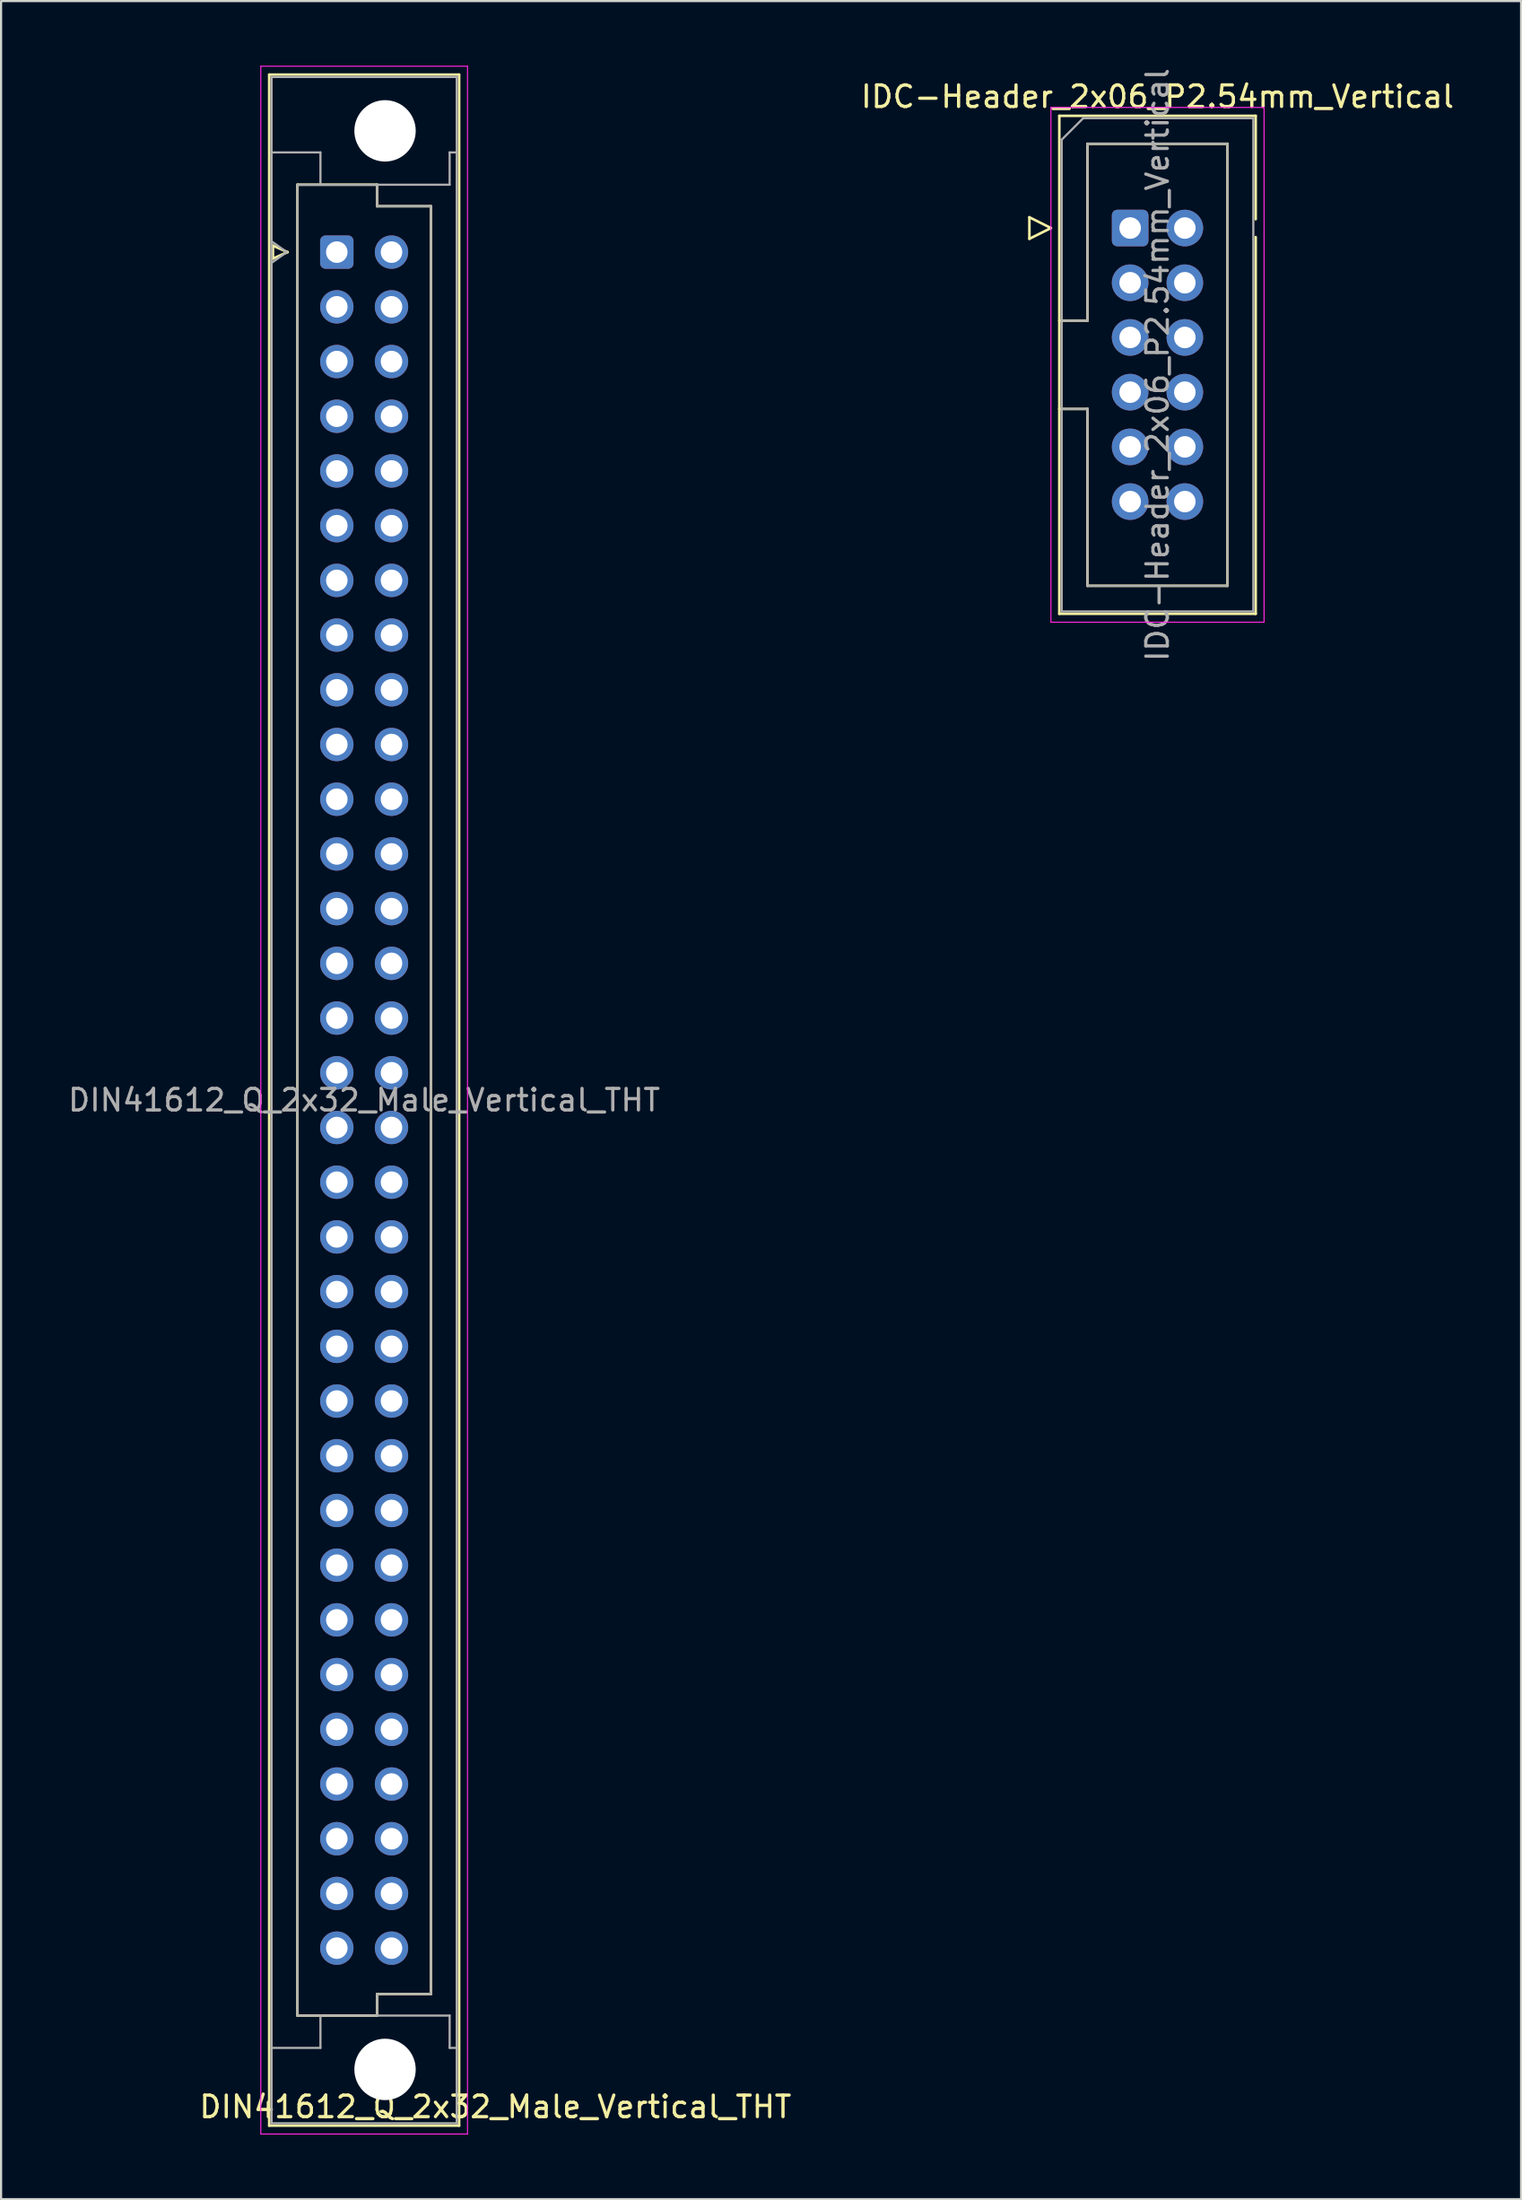
<source format=kicad_pcb>
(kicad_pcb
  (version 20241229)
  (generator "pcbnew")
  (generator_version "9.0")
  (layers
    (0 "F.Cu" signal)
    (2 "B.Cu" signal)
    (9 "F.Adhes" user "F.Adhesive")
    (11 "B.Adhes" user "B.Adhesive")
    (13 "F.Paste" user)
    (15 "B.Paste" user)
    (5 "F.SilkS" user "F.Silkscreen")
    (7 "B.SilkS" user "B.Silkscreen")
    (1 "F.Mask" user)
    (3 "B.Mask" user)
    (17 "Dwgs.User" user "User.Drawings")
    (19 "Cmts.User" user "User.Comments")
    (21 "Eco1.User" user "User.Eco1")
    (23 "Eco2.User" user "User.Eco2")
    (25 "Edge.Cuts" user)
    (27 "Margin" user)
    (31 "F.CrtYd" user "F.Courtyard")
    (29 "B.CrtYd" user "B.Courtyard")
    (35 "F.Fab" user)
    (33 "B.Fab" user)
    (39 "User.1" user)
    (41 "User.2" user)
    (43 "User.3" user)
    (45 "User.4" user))
  (footprint "IDC-Header_2x06_P2.54mm_Vertical"
    (layer "F.Cu")
    (at 49.439 7.537)
    (property "Reference" "IDC-Header_2x06_P2.54mm_Vertical" (at 1.27 -6.1 0) (layer "F.SilkS") (effects (font (size 1 1) (thickness 0.15))))
    (attr through_hole)
    (fp_line (start -4.68 -0.5) (end -4.68 0.5) (stroke (width 0.12) (type solid)) (layer "F.SilkS"))
    (fp_line (start -4.68 0.5) (end -3.68 0) (stroke (width 0.12) (type solid)) (layer "F.SilkS"))
    (fp_line (start -3.68 0) (end -4.68 -0.5) (stroke (width 0.12) (type solid)) (layer "F.SilkS"))
    (fp_line (start -3.29 -5.21) (end 5.83 -5.21) (stroke (width 0.12) (type solid)) (layer "F.SilkS"))
    (fp_line (start -3.29 4.3) (end -1.98 4.3) (stroke (width 0.12) (type solid)) (layer "F.SilkS"))
    (fp_line (start -3.29 17.91) (end -3.29 -5.21) (stroke (width 0.12) (type solid)) (layer "F.SilkS"))
    (fp_line (start -1.98 -3.91) (end 4.52 -3.91) (stroke (width 0.12) (type solid)) (layer "F.SilkS"))
    (fp_line (start -1.98 4.3) (end -1.98 -3.91) (stroke (width 0.12) (type solid)) (layer "F.SilkS"))
    (fp_line (start -1.98 8.4) (end -3.29 8.4) (stroke (width 0.12) (type solid)) (layer "F.SilkS"))
    (fp_line (start -1.98 8.4) (end -1.98 8.4) (stroke (width 0.12) (type solid)) (layer "F.SilkS"))
    (fp_line (start -1.98 16.61) (end -1.98 8.4) (stroke (width 0.12) (type solid)) (layer "F.SilkS"))
    (fp_line (start 4.52 -3.91) (end 4.52 16.61) (stroke (width 0.12) (type solid)) (layer "F.SilkS"))
    (fp_line (start 4.52 16.61) (end -1.98 16.61) (stroke (width 0.12) (type solid)) (layer "F.SilkS"))
    (fp_line (start 5.83 -5.21) (end 5.83 -0.41) (stroke (width 0.12) (type solid)) (layer "F.SilkS"))
    (fp_line (start 5.83 0.42) (end 5.83 17.91) (stroke (width 0.12) (type solid)) (layer "F.SilkS"))
    (fp_line (start 5.83 17.91) (end -3.29 17.91) (stroke (width 0.12) (type solid)) (layer "F.SilkS"))
    (fp_line (start -3.68 -5.6) (end -3.68 18.3) (stroke (width 0.05) (type solid)) (layer "F.CrtYd"))
    (fp_line (start -3.68 18.3) (end 6.22 18.3) (stroke (width 0.05) (type solid)) (layer "F.CrtYd"))
    (fp_line (start 6.22 -5.6) (end -3.68 -5.6) (stroke (width 0.05) (type solid)) (layer "F.CrtYd"))
    (fp_line (start 6.22 18.3) (end 6.22 -5.6) (stroke (width 0.05) (type solid)) (layer "F.CrtYd"))
    (fp_line (start -3.18 -4.1) (end -2.18 -5.1) (stroke (width 0.1) (type solid)) (layer "F.Fab"))
    (fp_line (start -3.18 4.3) (end -1.98 4.3) (stroke (width 0.1) (type solid)) (layer "F.Fab"))
    (fp_line (start -3.18 17.8) (end -3.18 -4.1) (stroke (width 0.1) (type solid)) (layer "F.Fab"))
    (fp_line (start -2.18 -5.1) (end 5.72 -5.1) (stroke (width 0.1) (type solid)) (layer "F.Fab"))
    (fp_line (start -1.98 -3.91) (end 4.52 -3.91) (stroke (width 0.1) (type solid)) (layer "F.Fab"))
    (fp_line (start -1.98 4.3) (end -1.98 -3.91) (stroke (width 0.1) (type solid)) (layer "F.Fab"))
    (fp_line (start -1.98 8.4) (end -3.18 8.4) (stroke (width 0.1) (type solid)) (layer "F.Fab"))
    (fp_line (start -1.98 8.4) (end -1.98 8.4) (stroke (width 0.1) (type solid)) (layer "F.Fab"))
    (fp_line (start -1.98 16.61) (end -1.98 8.4) (stroke (width 0.1) (type solid)) (layer "F.Fab"))
    (fp_line (start 4.52 -3.91) (end 4.52 16.61) (stroke (width 0.1) (type solid)) (layer "F.Fab"))
    (fp_line (start 4.52 16.61) (end -1.98 16.61) (stroke (width 0.1) (type solid)) (layer "F.Fab"))
    (fp_line (start 5.72 -5.1) (end 5.72 17.8) (stroke (width 0.1) (type solid)) (layer "F.Fab"))
    (fp_line (start 5.72 17.8) (end -3.18 17.8) (stroke (width 0.1) (type solid)) (layer "F.Fab"))
    (fp_text user "${REFERENCE}" (at 1.27 6.35 90) (layer "F.Fab") (effects (font (size 1 1) (thickness 0.15))))
    (pad "1" thru_hole roundrect (at 0 0) (size 1.7 1.7) (drill 1) (layers "*.Cu" "*.Mask") (roundrect_rratio 0.147))
    (pad "2" thru_hole circle (at 2.54 0) (size 1.7 1.7) (drill 1) (layers "*.Cu" "*.Mask"))
    (pad "3" thru_hole circle (at 0 2.54) (size 1.7 1.7) (drill 1) (layers "*.Cu" "*.Mask"))
    (pad "4" thru_hole circle (at 2.54 2.54) (size 1.7 1.7) (drill 1) (layers "*.Cu" "*.Mask"))
    (pad "5" thru_hole circle (at 0 5.08) (size 1.7 1.7) (drill 1) (layers "*.Cu" "*.Mask"))
    (pad "6" thru_hole circle (at 2.54 5.08) (size 1.7 1.7) (drill 1) (layers "*.Cu" "*.Mask"))
    (pad "7" thru_hole circle (at 0 7.62) (size 1.7 1.7) (drill 1) (layers "*.Cu" "*.Mask"))
    (pad "8" thru_hole circle (at 2.54 7.62) (size 1.7 1.7) (drill 1) (layers "*.Cu" "*.Mask"))
    (pad "9" thru_hole circle (at 0 10.16) (size 1.7 1.7) (drill 1) (layers "*.Cu" "*.Mask"))
    (pad "10" thru_hole circle (at 2.54 10.16) (size 1.7 1.7) (drill 1) (layers "*.Cu" "*.Mask"))
    (pad "11" thru_hole circle (at 0 12.7) (size 1.7 1.7) (drill 1) (layers "*.Cu" "*.Mask"))
    (pad "12" thru_hole circle (at 2.54 12.7) (size 1.7 1.7) (drill 1) (layers "*.Cu" "*.Mask")))
  (footprint "DIN41612_Q_2x32_Male_Vertical_THT"
    (layer "F.Cu")
    (at 12.593 8.655)
    (property "Reference" "DIN41612_Q_2x32_Male_Vertical_THT" (at 7.366 86.106 180) (layer "F.SilkS") (effects (font (size 1 1) (thickness 0.15))))
    (attr through_hole)
    (fp_line (start -3.14 -8.24) (end 5.68 -8.24) (stroke (width 0.12) (type solid)) (layer "F.SilkS"))
    (fp_line (start -3.14 86.98) (end -3.14 -8.24) (stroke (width 0.12) (type solid)) (layer "F.SilkS"))
    (fp_line (start -2.966 -0.3) (end -2.966 0.3) (stroke (width 0.12) (type solid)) (layer "F.SilkS"))
    (fp_line (start -2.966 0.3) (end -2.286 0) (stroke (width 0.12) (type solid)) (layer "F.SilkS"))
    (fp_line (start -2.286 0) (end -2.966 -0.3) (stroke (width 0.12) (type solid)) (layer "F.SilkS"))
    (fp_line (start -1.83 -3.131) (end 1.87 -3.131) (stroke (width 0.12) (type solid)) (layer "F.SilkS"))
    (fp_line (start -1.83 81.87) (end -1.83 -3.131) (stroke (width 0.12) (type solid)) (layer "F.SilkS"))
    (fp_line (start 1.87 -3.131) (end 1.87 -2.131) (stroke (width 0.12) (type solid)) (layer "F.SilkS"))
    (fp_line (start 1.87 -2.131) (end 4.37 -2.131) (stroke (width 0.12) (type solid)) (layer "F.SilkS"))
    (fp_line (start 1.87 80.87) (end 1.87 81.87) (stroke (width 0.12) (type solid)) (layer "F.SilkS"))
    (fp_line (start 1.87 81.87) (end -1.83 81.87) (stroke (width 0.12) (type solid)) (layer "F.SilkS"))
    (fp_line (start 4.37 -2.131) (end 4.37 80.87) (stroke (width 0.12) (type solid)) (layer "F.SilkS"))
    (fp_line (start 4.37 80.87) (end 1.87 80.87) (stroke (width 0.12) (type solid)) (layer "F.SilkS"))
    (fp_line (start 5.68 -8.24) (end 5.68 86.98) (stroke (width 0.12) (type solid)) (layer "F.SilkS"))
    (fp_line (start 5.68 86.98) (end -3.14 86.98) (stroke (width 0.12) (type solid)) (layer "F.SilkS"))
    (fp_line (start -3.53 -8.63) (end 6.07 -8.63) (stroke (width 0.05) (type solid)) (layer "F.CrtYd"))
    (fp_line (start -3.53 87.37) (end -3.53 -8.63) (stroke (width 0.05) (type solid)) (layer "F.CrtYd"))
    (fp_line (start 6.07 -8.63) (end 6.07 87.37) (stroke (width 0.05) (type solid)) (layer "F.CrtYd"))
    (fp_line (start 6.07 87.37) (end -3.53 87.37) (stroke (width 0.05) (type solid)) (layer "F.CrtYd"))
    (fp_line (start -3.03 -8.13) (end 5.57 -8.13) (stroke (width 0.1) (type solid)) (layer "F.Fab"))
    (fp_line (start -3.03 -4.63) (end -0.76 -4.63) (stroke (width 0.1) (type solid)) (layer "F.Fab"))
    (fp_line (start -3.03 -0.5) (end -2.33 0) (stroke (width 0.1) (type solid)) (layer "F.Fab"))
    (fp_line (start -3.03 83.37) (end -0.76 83.37) (stroke (width 0.1) (type solid)) (layer "F.Fab"))
    (fp_line (start -3.03 86.87) (end -3.03 -8.13) (stroke (width 0.1) (type solid)) (layer "F.Fab"))
    (fp_line (start -2.33 0) (end -3.03 0.5) (stroke (width 0.1) (type solid)) (layer "F.Fab"))
    (fp_line (start -1.83 -3.13) (end 1.87 -3.13) (stroke (width 0.1) (type solid)) (layer "F.Fab"))
    (fp_line (start -1.83 81.87) (end -1.83 -3.13) (stroke (width 0.1) (type solid)) (layer "F.Fab"))
    (fp_line (start -0.76 -4.63) (end -0.76 -3.13) (stroke (width 0.1) (type solid)) (layer "F.Fab"))
    (fp_line (start -0.76 83.37) (end -0.76 81.87) (stroke (width 0.1) (type solid)) (layer "F.Fab"))
    (fp_line (start 1.87 -3.13) (end 1.87 -2.13) (stroke (width 0.1) (type solid)) (layer "F.Fab"))
    (fp_line (start 1.87 -3.13) (end 5.24 -3.13) (stroke (width 0.1) (type solid)) (layer "F.Fab"))
    (fp_line (start 1.87 -2.13) (end 4.37 -2.13) (stroke (width 0.1) (type solid)) (layer "F.Fab"))
    (fp_line (start 1.87 80.87) (end 1.87 81.87) (stroke (width 0.1) (type solid)) (layer "F.Fab"))
    (fp_line (start 1.87 81.87) (end -1.83 81.87) (stroke (width 0.1) (type solid)) (layer "F.Fab"))
    (fp_line (start 1.87 81.87) (end 5.24 81.87) (stroke (width 0.1) (type solid)) (layer "F.Fab"))
    (fp_line (start 4.37 -2.13) (end 4.37 80.87) (stroke (width 0.1) (type solid)) (layer "F.Fab"))
    (fp_line (start 4.37 80.87) (end 1.87 80.87) (stroke (width 0.1) (type solid)) (layer "F.Fab"))
    (fp_line (start 5.24 -4.63) (end 5.57 -4.63) (stroke (width 0.1) (type solid)) (layer "F.Fab"))
    (fp_line (start 5.24 -3.13) (end 5.24 -4.63) (stroke (width 0.1) (type solid)) (layer "F.Fab"))
    (fp_line (start 5.24 81.87) (end 5.24 83.37) (stroke (width 0.1) (type solid)) (layer "F.Fab"))
    (fp_line (start 5.24 83.37) (end 5.57 83.37) (stroke (width 0.1) (type solid)) (layer "F.Fab"))
    (fp_line (start 5.57 -8.13) (end 5.57 86.87) (stroke (width 0.1) (type solid)) (layer "F.Fab"))
    (fp_line (start 5.57 86.87) (end -3.03 86.87) (stroke (width 0.1) (type solid)) (layer "F.Fab"))
    (fp_text user "${REFERENCE}" (at 1.27 39.37 180) (layer "F.Fab") (effects (font (size 1 1) (thickness 0.15))))
    (pad "" np_thru_hole circle (at 2.24 -5.63) (size 2.85 2.85) (drill 2.85) (layers "*.Cu" "*.Mask"))
    (pad "" np_thru_hole circle (at 2.24 84.37) (size 2.85 2.85) (drill 2.85) (layers "*.Cu" "*.Mask"))
    (pad "a1" thru_hole roundrect (at 0 0) (size 1.55 1.55) (drill 1) (layers "*.Cu" "*.Mask") (roundrect_rratio 0.161))
    (pad "a2" thru_hole circle (at 0 2.54) (size 1.55 1.55) (drill 1) (layers "*.Cu" "*.Mask"))
    (pad "a3" thru_hole circle (at 0 5.08) (size 1.55 1.55) (drill 1) (layers "*.Cu" "*.Mask"))
    (pad "a4" thru_hole circle (at 0 7.62) (size 1.55 1.55) (drill 1) (layers "*.Cu" "*.Mask"))
    (pad "a5" thru_hole circle (at 0 10.16) (size 1.55 1.55) (drill 1) (layers "*.Cu" "*.Mask"))
    (pad "a6" thru_hole circle (at 0 12.7) (size 1.55 1.55) (drill 1) (layers "*.Cu" "*.Mask"))
    (pad "a7" thru_hole circle (at 0 15.24) (size 1.55 1.55) (drill 1) (layers "*.Cu" "*.Mask"))
    (pad "a8" thru_hole circle (at 0 17.78) (size 1.55 1.55) (drill 1) (layers "*.Cu" "*.Mask"))
    (pad "a9" thru_hole circle (at 0 20.32) (size 1.55 1.55) (drill 1) (layers "*.Cu" "*.Mask"))
    (pad "a10" thru_hole circle (at 0 22.86) (size 1.55 1.55) (drill 1) (layers "*.Cu" "*.Mask"))
    (pad "a11" thru_hole circle (at 0 25.4) (size 1.55 1.55) (drill 1) (layers "*.Cu" "*.Mask"))
    (pad "a12" thru_hole circle (at 0 27.94) (size 1.55 1.55) (drill 1) (layers "*.Cu" "*.Mask"))
    (pad "a13" thru_hole circle (at 0 30.48) (size 1.55 1.55) (drill 1) (layers "*.Cu" "*.Mask"))
    (pad "a14" thru_hole circle (at 0 33.02) (size 1.55 1.55) (drill 1) (layers "*.Cu" "*.Mask"))
    (pad "a15" thru_hole circle (at 0 35.56) (size 1.55 1.55) (drill 1) (layers "*.Cu" "*.Mask"))
    (pad "a16" thru_hole circle (at 0 38.1) (size 1.55 1.55) (drill 1) (layers "*.Cu" "*.Mask"))
    (pad "a17" thru_hole circle (at 0 40.64) (size 1.55 1.55) (drill 1) (layers "*.Cu" "*.Mask"))
    (pad "a18" thru_hole circle (at 0 43.18) (size 1.55 1.55) (drill 1) (layers "*.Cu" "*.Mask"))
    (pad "a19" thru_hole circle (at 0 45.72) (size 1.55 1.55) (drill 1) (layers "*.Cu" "*.Mask"))
    (pad "a20" thru_hole circle (at 0 48.26) (size 1.55 1.55) (drill 1) (layers "*.Cu" "*.Mask"))
    (pad "a21" thru_hole circle (at 0 50.8) (size 1.55 1.55) (drill 1) (layers "*.Cu" "*.Mask"))
    (pad "a22" thru_hole circle (at 0 53.34) (size 1.55 1.55) (drill 1) (layers "*.Cu" "*.Mask"))
    (pad "a23" thru_hole circle (at 0 55.88) (size 1.55 1.55) (drill 1) (layers "*.Cu" "*.Mask"))
    (pad "a24" thru_hole circle (at 0 58.42) (size 1.55 1.55) (drill 1) (layers "*.Cu" "*.Mask"))
    (pad "a25" thru_hole circle (at 0 60.96) (size 1.55 1.55) (drill 1) (layers "*.Cu" "*.Mask"))
    (pad "a26" thru_hole circle (at 0 63.5) (size 1.55 1.55) (drill 1) (layers "*.Cu" "*.Mask"))
    (pad "a27" thru_hole circle (at 0 66.04) (size 1.55 1.55) (drill 1) (layers "*.Cu" "*.Mask"))
    (pad "a28" thru_hole circle (at 0 68.58) (size 1.55 1.55) (drill 1) (layers "*.Cu" "*.Mask"))
    (pad "a29" thru_hole circle (at 0 71.12) (size 1.55 1.55) (drill 1) (layers "*.Cu" "*.Mask"))
    (pad "a30" thru_hole circle (at 0 73.66) (size 1.55 1.55) (drill 1) (layers "*.Cu" "*.Mask"))
    (pad "a31" thru_hole circle (at 0 76.2) (size 1.55 1.55) (drill 1) (layers "*.Cu" "*.Mask"))
    (pad "a32" thru_hole circle (at 0 78.74) (size 1.55 1.55) (drill 1) (layers "*.Cu" "*.Mask"))
    (pad "b1" thru_hole circle (at 2.54 0) (size 1.55 1.55) (drill 1) (layers "*.Cu" "*.Mask"))
    (pad "b2" thru_hole circle (at 2.54 2.54) (size 1.55 1.55) (drill 1) (layers "*.Cu" "*.Mask"))
    (pad "b3" thru_hole circle (at 2.54 5.08) (size 1.55 1.55) (drill 1) (layers "*.Cu" "*.Mask"))
    (pad "b4" thru_hole circle (at 2.54 7.62) (size 1.55 1.55) (drill 1) (layers "*.Cu" "*.Mask"))
    (pad "b5" thru_hole circle (at 2.54 10.16) (size 1.55 1.55) (drill 1) (layers "*.Cu" "*.Mask"))
    (pad "b6" thru_hole circle (at 2.54 12.7) (size 1.55 1.55) (drill 1) (layers "*.Cu" "*.Mask"))
    (pad "b7" thru_hole circle (at 2.54 15.24) (size 1.55 1.55) (drill 1) (layers "*.Cu" "*.Mask"))
    (pad "b8" thru_hole circle (at 2.54 17.78) (size 1.55 1.55) (drill 1) (layers "*.Cu" "*.Mask"))
    (pad "b9" thru_hole circle (at 2.54 20.32) (size 1.55 1.55) (drill 1) (layers "*.Cu" "*.Mask"))
    (pad "b10" thru_hole circle (at 2.54 22.86) (size 1.55 1.55) (drill 1) (layers "*.Cu" "*.Mask"))
    (pad "b11" thru_hole circle (at 2.54 25.4) (size 1.55 1.55) (drill 1) (layers "*.Cu" "*.Mask"))
    (pad "b12" thru_hole circle (at 2.54 27.94) (size 1.55 1.55) (drill 1) (layers "*.Cu" "*.Mask"))
    (pad "b13" thru_hole circle (at 2.54 30.48) (size 1.55 1.55) (drill 1) (layers "*.Cu" "*.Mask"))
    (pad "b14" thru_hole circle (at 2.54 33.02) (size 1.55 1.55) (drill 1) (layers "*.Cu" "*.Mask"))
    (pad "b15" thru_hole circle (at 2.54 35.56) (size 1.55 1.55) (drill 1) (layers "*.Cu" "*.Mask"))
    (pad "b16" thru_hole circle (at 2.54 38.1) (size 1.55 1.55) (drill 1) (layers "*.Cu" "*.Mask"))
    (pad "b17" thru_hole circle (at 2.54 40.64) (size 1.55 1.55) (drill 1) (layers "*.Cu" "*.Mask"))
    (pad "b18" thru_hole circle (at 2.54 43.18) (size 1.55 1.55) (drill 1) (layers "*.Cu" "*.Mask"))
    (pad "b19" thru_hole circle (at 2.54 45.72) (size 1.55 1.55) (drill 1) (layers "*.Cu" "*.Mask"))
    (pad "b20" thru_hole circle (at 2.54 48.26) (size 1.55 1.55) (drill 1) (layers "*.Cu" "*.Mask"))
    (pad "b21" thru_hole circle (at 2.54 50.8) (size 1.55 1.55) (drill 1) (layers "*.Cu" "*.Mask"))
    (pad "b22" thru_hole circle (at 2.54 53.34) (size 1.55 1.55) (drill 1) (layers "*.Cu" "*.Mask"))
    (pad "b23" thru_hole circle (at 2.54 55.88) (size 1.55 1.55) (drill 1) (layers "*.Cu" "*.Mask"))
    (pad "b24" thru_hole circle (at 2.54 58.42) (size 1.55 1.55) (drill 1) (layers "*.Cu" "*.Mask"))
    (pad "b25" thru_hole circle (at 2.54 60.96) (size 1.55 1.55) (drill 1) (layers "*.Cu" "*.Mask"))
    (pad "b26" thru_hole circle (at 2.54 63.5) (size 1.55 1.55) (drill 1) (layers "*.Cu" "*.Mask"))
    (pad "b27" thru_hole circle (at 2.54 66.04) (size 1.55 1.55) (drill 1) (layers "*.Cu" "*.Mask"))
    (pad "b28" thru_hole circle (at 2.54 68.58) (size 1.55 1.55) (drill 1) (layers "*.Cu" "*.Mask"))
    (pad "b29" thru_hole circle (at 2.54 71.12) (size 1.55 1.55) (drill 1) (layers "*.Cu" "*.Mask"))
    (pad "b30" thru_hole circle (at 2.54 73.66) (size 1.55 1.55) (drill 1) (layers "*.Cu" "*.Mask"))
    (pad "b31" thru_hole circle (at 2.54 76.2) (size 1.55 1.55) (drill 1) (layers "*.Cu" "*.Mask"))
    (pad "b32" thru_hole circle (at 2.54 78.74) (size 1.55 1.55) (drill 1) (layers "*.Cu" "*.Mask")))
  (gr_rect
    (start -3 -3)
    (end 67.596 99.05)
    (stroke (width 0.1) (type default))
    (fill no)
    (layer "Edge.Cuts")))
</source>
